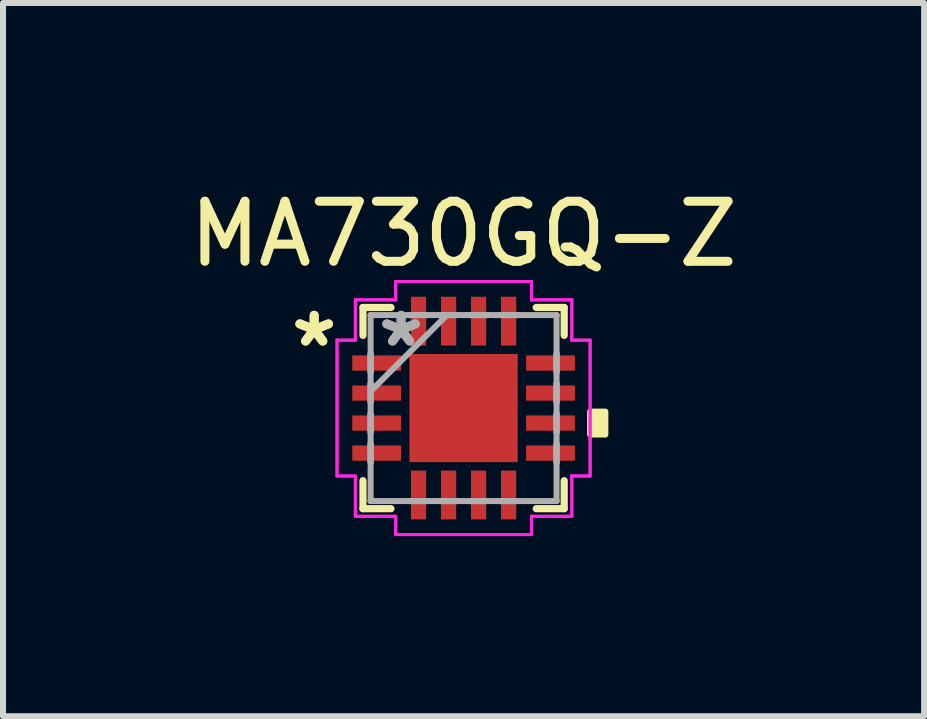
<source format=kicad_pcb>
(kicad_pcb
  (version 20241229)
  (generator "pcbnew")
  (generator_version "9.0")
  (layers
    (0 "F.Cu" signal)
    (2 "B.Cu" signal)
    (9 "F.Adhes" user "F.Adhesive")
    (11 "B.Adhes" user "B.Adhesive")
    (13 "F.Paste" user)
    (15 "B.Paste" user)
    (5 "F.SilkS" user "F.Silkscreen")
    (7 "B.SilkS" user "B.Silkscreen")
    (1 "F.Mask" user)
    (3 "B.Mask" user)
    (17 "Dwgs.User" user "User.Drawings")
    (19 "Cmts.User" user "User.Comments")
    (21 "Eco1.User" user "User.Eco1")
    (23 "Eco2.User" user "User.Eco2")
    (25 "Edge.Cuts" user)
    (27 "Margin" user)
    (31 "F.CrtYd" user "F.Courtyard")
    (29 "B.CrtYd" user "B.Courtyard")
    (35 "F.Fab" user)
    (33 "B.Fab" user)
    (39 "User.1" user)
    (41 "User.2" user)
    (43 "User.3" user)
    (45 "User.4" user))
  (footprint "MA730GQ-Z"
    (layer "F.Cu")
    (at 4.673 3.748)
    (property "Reference" "MA730GQ-Z" (at 0 -2.9 0) (layer "F.SilkS") (effects (font (size 1 1) (thickness 0.15))))
    (attr through_hole)
    (fp_line (start -1.676 -1.676) (end -1.676 -1.21) (stroke (width 0.12) (type solid)) (layer "F.SilkS"))
    (fp_line (start -1.676 1.21) (end -1.676 1.676) (stroke (width 0.12) (type solid)) (layer "F.SilkS"))
    (fp_line (start -1.676 1.676) (end -1.21 1.676) (stroke (width 0.12) (type solid)) (layer "F.SilkS"))
    (fp_line (start -1.21 -1.676) (end -1.676 -1.676) (stroke (width 0.12) (type solid)) (layer "F.SilkS"))
    (fp_line (start 1.21 1.676) (end 1.676 1.676) (stroke (width 0.12) (type solid)) (layer "F.SilkS"))
    (fp_line (start 1.676 -1.676) (end 1.21 -1.676) (stroke (width 0.12) (type solid)) (layer "F.SilkS"))
    (fp_line (start 1.676 -1.21) (end 1.676 -1.676) (stroke (width 0.12) (type solid)) (layer "F.SilkS"))
    (fp_line (start 1.676 1.676) (end 1.676 1.21) (stroke (width 0.12) (type solid)) (layer "F.SilkS"))
    (fp_poly (pts (xy 2.362 0.059) (xy 2.362 0.441) (xy 2.108 0.441) (xy 2.108 0.059)) (stroke (width 0.1) (type solid)) (fill yes) (layer "F.SilkS"))
    (fp_line (start -2.108 -1.131) (end -1.803 -1.131) (stroke (width 0.05) (type solid)) (layer "F.CrtYd"))
    (fp_line (start -2.108 -1.131) (end -1.803 -1.131) (stroke (width 0.05) (type solid)) (layer "F.CrtYd"))
    (fp_line (start -2.108 1.131) (end -2.108 -1.131) (stroke (width 0.05) (type solid)) (layer "F.CrtYd"))
    (fp_line (start -2.108 1.131) (end -2.108 -1.131) (stroke (width 0.05) (type solid)) (layer "F.CrtYd"))
    (fp_line (start -1.803 -1.803) (end -1.131 -1.803) (stroke (width 0.05) (type solid)) (layer "F.CrtYd"))
    (fp_line (start -1.803 -1.803) (end -1.131 -1.803) (stroke (width 0.05) (type solid)) (layer "F.CrtYd"))
    (fp_line (start -1.803 -1.131) (end -1.803 -1.803) (stroke (width 0.05) (type solid)) (layer "F.CrtYd"))
    (fp_line (start -1.803 -1.131) (end -1.803 -1.803) (stroke (width 0.05) (type solid)) (layer "F.CrtYd"))
    (fp_line (start -1.803 1.131) (end -2.108 1.131) (stroke (width 0.05) (type solid)) (layer "F.CrtYd"))
    (fp_line (start -1.803 1.131) (end -2.108 1.131) (stroke (width 0.05) (type solid)) (layer "F.CrtYd"))
    (fp_line (start -1.803 1.803) (end -1.803 1.131) (stroke (width 0.05) (type solid)) (layer "F.CrtYd"))
    (fp_line (start -1.803 1.803) (end -1.803 1.131) (stroke (width 0.05) (type solid)) (layer "F.CrtYd"))
    (fp_line (start -1.131 -2.108) (end 1.131 -2.108) (stroke (width 0.05) (type solid)) (layer "F.CrtYd"))
    (fp_line (start -1.131 -2.108) (end 1.131 -2.108) (stroke (width 0.05) (type solid)) (layer "F.CrtYd"))
    (fp_line (start -1.131 -1.803) (end -1.131 -2.108) (stroke (width 0.05) (type solid)) (layer "F.CrtYd"))
    (fp_line (start -1.131 -1.803) (end -1.131 -2.108) (stroke (width 0.05) (type solid)) (layer "F.CrtYd"))
    (fp_line (start -1.131 1.803) (end -1.803 1.803) (stroke (width 0.05) (type solid)) (layer "F.CrtYd"))
    (fp_line (start -1.131 1.803) (end -1.803 1.803) (stroke (width 0.05) (type solid)) (layer "F.CrtYd"))
    (fp_line (start -1.131 2.108) (end -1.131 1.803) (stroke (width 0.05) (type solid)) (layer "F.CrtYd"))
    (fp_line (start -1.131 2.108) (end -1.131 1.803) (stroke (width 0.05) (type solid)) (layer "F.CrtYd"))
    (fp_line (start 1.131 -2.108) (end 1.131 -1.803) (stroke (width 0.05) (type solid)) (layer "F.CrtYd"))
    (fp_line (start 1.131 -2.108) (end 1.131 -1.803) (stroke (width 0.05) (type solid)) (layer "F.CrtYd"))
    (fp_line (start 1.131 -1.803) (end 1.803 -1.803) (stroke (width 0.05) (type solid)) (layer "F.CrtYd"))
    (fp_line (start 1.131 -1.803) (end 1.803 -1.803) (stroke (width 0.05) (type solid)) (layer "F.CrtYd"))
    (fp_line (start 1.131 1.803) (end 1.131 2.108) (stroke (width 0.05) (type solid)) (layer "F.CrtYd"))
    (fp_line (start 1.131 1.803) (end 1.131 2.108) (stroke (width 0.05) (type solid)) (layer "F.CrtYd"))
    (fp_line (start 1.131 2.108) (end -1.131 2.108) (stroke (width 0.05) (type solid)) (layer "F.CrtYd"))
    (fp_line (start 1.131 2.108) (end -1.131 2.108) (stroke (width 0.05) (type solid)) (layer "F.CrtYd"))
    (fp_line (start 1.803 -1.803) (end 1.803 -1.131) (stroke (width 0.05) (type solid)) (layer "F.CrtYd"))
    (fp_line (start 1.803 -1.803) (end 1.803 -1.131) (stroke (width 0.05) (type solid)) (layer "F.CrtYd"))
    (fp_line (start 1.803 -1.131) (end 2.108 -1.131) (stroke (width 0.05) (type solid)) (layer "F.CrtYd"))
    (fp_line (start 1.803 -1.131) (end 2.108 -1.131) (stroke (width 0.05) (type solid)) (layer "F.CrtYd"))
    (fp_line (start 1.803 1.131) (end 1.803 1.803) (stroke (width 0.05) (type solid)) (layer "F.CrtYd"))
    (fp_line (start 1.803 1.131) (end 1.803 1.803) (stroke (width 0.05) (type solid)) (layer "F.CrtYd"))
    (fp_line (start 1.803 1.803) (end 1.131 1.803) (stroke (width 0.05) (type solid)) (layer "F.CrtYd"))
    (fp_line (start 1.803 1.803) (end 1.131 1.803) (stroke (width 0.05) (type solid)) (layer "F.CrtYd"))
    (fp_line (start 2.108 -1.131) (end 2.108 1.131) (stroke (width 0.05) (type solid)) (layer "F.CrtYd"))
    (fp_line (start 2.108 -1.131) (end 2.108 1.131) (stroke (width 0.05) (type solid)) (layer "F.CrtYd"))
    (fp_line (start 2.108 1.131) (end 1.803 1.131) (stroke (width 0.05) (type solid)) (layer "F.CrtYd"))
    (fp_line (start 2.108 1.131) (end 1.803 1.131) (stroke (width 0.05) (type solid)) (layer "F.CrtYd"))
    (fp_line (start -1.549 -1.549) (end -1.549 -1.549) (stroke (width 0.1) (type solid)) (layer "F.Fab"))
    (fp_line (start -1.549 -1.549) (end -1.549 1.549) (stroke (width 0.1) (type solid)) (layer "F.Fab"))
    (fp_line (start -1.549 -0.902) (end -1.549 -0.902) (stroke (width 0.1) (type solid)) (layer "F.Fab"))
    (fp_line (start -1.549 -0.902) (end -1.549 -0.598) (stroke (width 0.1) (type solid)) (layer "F.Fab"))
    (fp_line (start -1.549 -0.598) (end -1.549 -0.902) (stroke (width 0.1) (type solid)) (layer "F.Fab"))
    (fp_line (start -1.549 -0.598) (end -1.549 -0.598) (stroke (width 0.1) (type solid)) (layer "F.Fab"))
    (fp_line (start -1.549 -0.402) (end -1.549 -0.402) (stroke (width 0.1) (type solid)) (layer "F.Fab"))
    (fp_line (start -1.549 -0.402) (end -1.549 -0.098) (stroke (width 0.1) (type solid)) (layer "F.Fab"))
    (fp_line (start -1.549 -0.279) (end -0.279 -1.549) (stroke (width 0.1) (type solid)) (layer "F.Fab"))
    (fp_line (start -1.549 -0.098) (end -1.549 -0.402) (stroke (width 0.1) (type solid)) (layer "F.Fab"))
    (fp_line (start -1.549 -0.098) (end -1.549 -0.098) (stroke (width 0.1) (type solid)) (layer "F.Fab"))
    (fp_line (start -1.549 0.098) (end -1.549 0.098) (stroke (width 0.1) (type solid)) (layer "F.Fab"))
    (fp_line (start -1.549 0.098) (end -1.549 0.402) (stroke (width 0.1) (type solid)) (layer "F.Fab"))
    (fp_line (start -1.549 0.402) (end -1.549 0.098) (stroke (width 0.1) (type solid)) (layer "F.Fab"))
    (fp_line (start -1.549 0.402) (end -1.549 0.402) (stroke (width 0.1) (type solid)) (layer "F.Fab"))
    (fp_line (start -1.549 0.598) (end -1.549 0.598) (stroke (width 0.1) (type solid)) (layer "F.Fab"))
    (fp_line (start -1.549 0.598) (end -1.549 0.902) (stroke (width 0.1) (type solid)) (layer "F.Fab"))
    (fp_line (start -1.549 0.902) (end -1.549 0.598) (stroke (width 0.1) (type solid)) (layer "F.Fab"))
    (fp_line (start -1.549 0.902) (end -1.549 0.902) (stroke (width 0.1) (type solid)) (layer "F.Fab"))
    (fp_line (start -1.549 1.549) (end -1.549 1.549) (stroke (width 0.1) (type solid)) (layer "F.Fab"))
    (fp_line (start -1.549 1.549) (end 1.549 1.549) (stroke (width 0.1) (type solid)) (layer "F.Fab"))
    (fp_line (start -0.902 -1.549) (end -0.902 -1.549) (stroke (width 0.1) (type solid)) (layer "F.Fab"))
    (fp_line (start -0.902 -1.549) (end -0.598 -1.549) (stroke (width 0.1) (type solid)) (layer "F.Fab"))
    (fp_line (start -0.902 1.549) (end -0.902 1.549) (stroke (width 0.1) (type solid)) (layer "F.Fab"))
    (fp_line (start -0.902 1.549) (end -0.598 1.549) (stroke (width 0.1) (type solid)) (layer "F.Fab"))
    (fp_line (start -0.598 -1.549) (end -0.902 -1.549) (stroke (width 0.1) (type solid)) (layer "F.Fab"))
    (fp_line (start -0.598 -1.549) (end -0.598 -1.549) (stroke (width 0.1) (type solid)) (layer "F.Fab"))
    (fp_line (start -0.598 1.549) (end -0.902 1.549) (stroke (width 0.1) (type solid)) (layer "F.Fab"))
    (fp_line (start -0.598 1.549) (end -0.598 1.549) (stroke (width 0.1) (type solid)) (layer "F.Fab"))
    (fp_line (start -0.402 -1.549) (end -0.402 -1.549) (stroke (width 0.1) (type solid)) (layer "F.Fab"))
    (fp_line (start -0.402 -1.549) (end -0.098 -1.549) (stroke (width 0.1) (type solid)) (layer "F.Fab"))
    (fp_line (start -0.402 1.549) (end -0.402 1.549) (stroke (width 0.1) (type solid)) (layer "F.Fab"))
    (fp_line (start -0.402 1.549) (end -0.098 1.549) (stroke (width 0.1) (type solid)) (layer "F.Fab"))
    (fp_line (start -0.098 -1.549) (end -0.402 -1.549) (stroke (width 0.1) (type solid)) (layer "F.Fab"))
    (fp_line (start -0.098 -1.549) (end -0.098 -1.549) (stroke (width 0.1) (type solid)) (layer "F.Fab"))
    (fp_line (start -0.098 1.549) (end -0.402 1.549) (stroke (width 0.1) (type solid)) (layer "F.Fab"))
    (fp_line (start -0.098 1.549) (end -0.098 1.549) (stroke (width 0.1) (type solid)) (layer "F.Fab"))
    (fp_line (start 0.098 -1.549) (end 0.098 -1.549) (stroke (width 0.1) (type solid)) (layer "F.Fab"))
    (fp_line (start 0.098 -1.549) (end 0.402 -1.549) (stroke (width 0.1) (type solid)) (layer "F.Fab"))
    (fp_line (start 0.098 1.549) (end 0.098 1.549) (stroke (width 0.1) (type solid)) (layer "F.Fab"))
    (fp_line (start 0.098 1.549) (end 0.402 1.549) (stroke (width 0.1) (type solid)) (layer "F.Fab"))
    (fp_line (start 0.402 -1.549) (end 0.098 -1.549) (stroke (width 0.1) (type solid)) (layer "F.Fab"))
    (fp_line (start 0.402 -1.549) (end 0.402 -1.549) (stroke (width 0.1) (type solid)) (layer "F.Fab"))
    (fp_line (start 0.402 1.549) (end 0.098 1.549) (stroke (width 0.1) (type solid)) (layer "F.Fab"))
    (fp_line (start 0.402 1.549) (end 0.402 1.549) (stroke (width 0.1) (type solid)) (layer "F.Fab"))
    (fp_line (start 0.598 -1.549) (end 0.598 -1.549) (stroke (width 0.1) (type solid)) (layer "F.Fab"))
    (fp_line (start 0.598 -1.549) (end 0.902 -1.549) (stroke (width 0.1) (type solid)) (layer "F.Fab"))
    (fp_line (start 0.598 1.549) (end 0.598 1.549) (stroke (width 0.1) (type solid)) (layer "F.Fab"))
    (fp_line (start 0.598 1.549) (end 0.902 1.549) (stroke (width 0.1) (type solid)) (layer "F.Fab"))
    (fp_line (start 0.902 -1.549) (end 0.598 -1.549) (stroke (width 0.1) (type solid)) (layer "F.Fab"))
    (fp_line (start 0.902 -1.549) (end 0.902 -1.549) (stroke (width 0.1) (type solid)) (layer "F.Fab"))
    (fp_line (start 0.902 1.549) (end 0.598 1.549) (stroke (width 0.1) (type solid)) (layer "F.Fab"))
    (fp_line (start 0.902 1.549) (end 0.902 1.549) (stroke (width 0.1) (type solid)) (layer "F.Fab"))
    (fp_line (start 1.549 -1.549) (end -1.549 -1.549) (stroke (width 0.1) (type solid)) (layer "F.Fab"))
    (fp_line (start 1.549 -1.549) (end 1.549 -1.549) (stroke (width 0.1) (type solid)) (layer "F.Fab"))
    (fp_line (start 1.549 -0.902) (end 1.549 -0.902) (stroke (width 0.1) (type solid)) (layer "F.Fab"))
    (fp_line (start 1.549 -0.902) (end 1.549 -0.598) (stroke (width 0.1) (type solid)) (layer "F.Fab"))
    (fp_line (start 1.549 -0.598) (end 1.549 -0.902) (stroke (width 0.1) (type solid)) (layer "F.Fab"))
    (fp_line (start 1.549 -0.598) (end 1.549 -0.598) (stroke (width 0.1) (type solid)) (layer "F.Fab"))
    (fp_line (start 1.549 -0.402) (end 1.549 -0.402) (stroke (width 0.1) (type solid)) (layer "F.Fab"))
    (fp_line (start 1.549 -0.402) (end 1.549 -0.098) (stroke (width 0.1) (type solid)) (layer "F.Fab"))
    (fp_line (start 1.549 -0.098) (end 1.549 -0.402) (stroke (width 0.1) (type solid)) (layer "F.Fab"))
    (fp_line (start 1.549 -0.098) (end 1.549 -0.098) (stroke (width 0.1) (type solid)) (layer "F.Fab"))
    (fp_line (start 1.549 0.098) (end 1.549 0.098) (stroke (width 0.1) (type solid)) (layer "F.Fab"))
    (fp_line (start 1.549 0.098) (end 1.549 0.402) (stroke (width 0.1) (type solid)) (layer "F.Fab"))
    (fp_line (start 1.549 0.402) (end 1.549 0.098) (stroke (width 0.1) (type solid)) (layer "F.Fab"))
    (fp_line (start 1.549 0.402) (end 1.549 0.402) (stroke (width 0.1) (type solid)) (layer "F.Fab"))
    (fp_line (start 1.549 0.598) (end 1.549 0.598) (stroke (width 0.1) (type solid)) (layer "F.Fab"))
    (fp_line (start 1.549 0.598) (end 1.549 0.902) (stroke (width 0.1) (type solid)) (layer "F.Fab"))
    (fp_line (start 1.549 0.902) (end 1.549 0.598) (stroke (width 0.1) (type solid)) (layer "F.Fab"))
    (fp_line (start 1.549 0.902) (end 1.549 0.902) (stroke (width 0.1) (type solid)) (layer "F.Fab"))
    (fp_line (start 1.549 1.549) (end 1.549 -1.549) (stroke (width 0.1) (type solid)) (layer "F.Fab"))
    (fp_line (start 1.549 1.549) (end 1.549 1.549) (stroke (width 0.1) (type solid)) (layer "F.Fab"))
    (fp_text user "*" (at -2.489 -1 0) (layer "F.SilkS") (effects (font (size 1 1) (thickness 0.15))))
    (fp_text user "*" (at -2.489 -1 0) (layer "F.SilkS") (effects (font (size 1 1) (thickness 0.15))))
    (fp_text user "*" (at -1.041 -1 0) (layer "F.Fab") (effects (font (size 1 1) (thickness 0.15))))
    (fp_text user "*" (at -1.041 -1 0) (layer "F.Fab") (effects (font (size 1 1) (thickness 0.15))))
    (pad "1" smd rect (at -1.448 -0.75 90) (size 0.254 0.813) (layers "F.Cu" "F.Mask" "F.Paste"))
    (pad "2" smd rect (at -1.448 -0.25 90) (size 0.254 0.813) (layers "F.Cu" "F.Mask" "F.Paste"))
    (pad "3" smd rect (at -1.448 0.25 90) (size 0.254 0.813) (layers "F.Cu" "F.Mask" "F.Paste"))
    (pad "4" smd rect (at -1.448 0.75 90) (size 0.254 0.813) (layers "F.Cu" "F.Mask" "F.Paste"))
    (pad "5" smd rect (at -0.75 1.448) (size 0.254 0.813) (layers "F.Cu" "F.Mask" "F.Paste"))
    (pad "6" smd rect (at -0.25 1.448) (size 0.254 0.813) (layers "F.Cu" "F.Mask" "F.Paste"))
    (pad "7" smd rect (at 0.25 1.448) (size 0.254 0.813) (layers "F.Cu" "F.Mask" "F.Paste"))
    (pad "8" smd rect (at 0.75 1.448) (size 0.254 0.813) (layers "F.Cu" "F.Mask" "F.Paste"))
    (pad "9" smd rect (at 1.448 0.75 90) (size 0.254 0.813) (layers "F.Cu" "F.Mask" "F.Paste"))
    (pad "10" smd rect (at 1.448 0.25 90) (size 0.254 0.813) (layers "F.Cu" "F.Mask" "F.Paste"))
    (pad "11" smd rect (at 1.448 -0.25 90) (size 0.254 0.813) (layers "F.Cu" "F.Mask" "F.Paste"))
    (pad "12" smd rect (at 1.448 -0.75 90) (size 0.254 0.813) (layers "F.Cu" "F.Mask" "F.Paste"))
    (pad "13" smd rect (at 0.75 -1.448) (size 0.254 0.813) (layers "F.Cu" "F.Mask" "F.Paste"))
    (pad "14" smd rect (at 0.25 -1.448) (size 0.254 0.813) (layers "F.Cu" "F.Mask" "F.Paste"))
    (pad "15" smd rect (at -0.25 -1.448) (size 0.254 0.813) (layers "F.Cu" "F.Mask" "F.Paste"))
    (pad "16" smd rect (at -0.75 -1.448) (size 0.254 0.813) (layers "F.Cu" "F.Mask" "F.Paste"))
    (pad "17" smd rect (at 0 0) (size 1.803 1.803) (layers "F.Cu" "F.Mask" "F.Paste")))
  (gr_rect
    (start -3 -3)
    (end 12.345 8.881)
    (stroke (width 0.1) (type default))
    (fill no)
    (layer "Edge.Cuts")))
</source>
